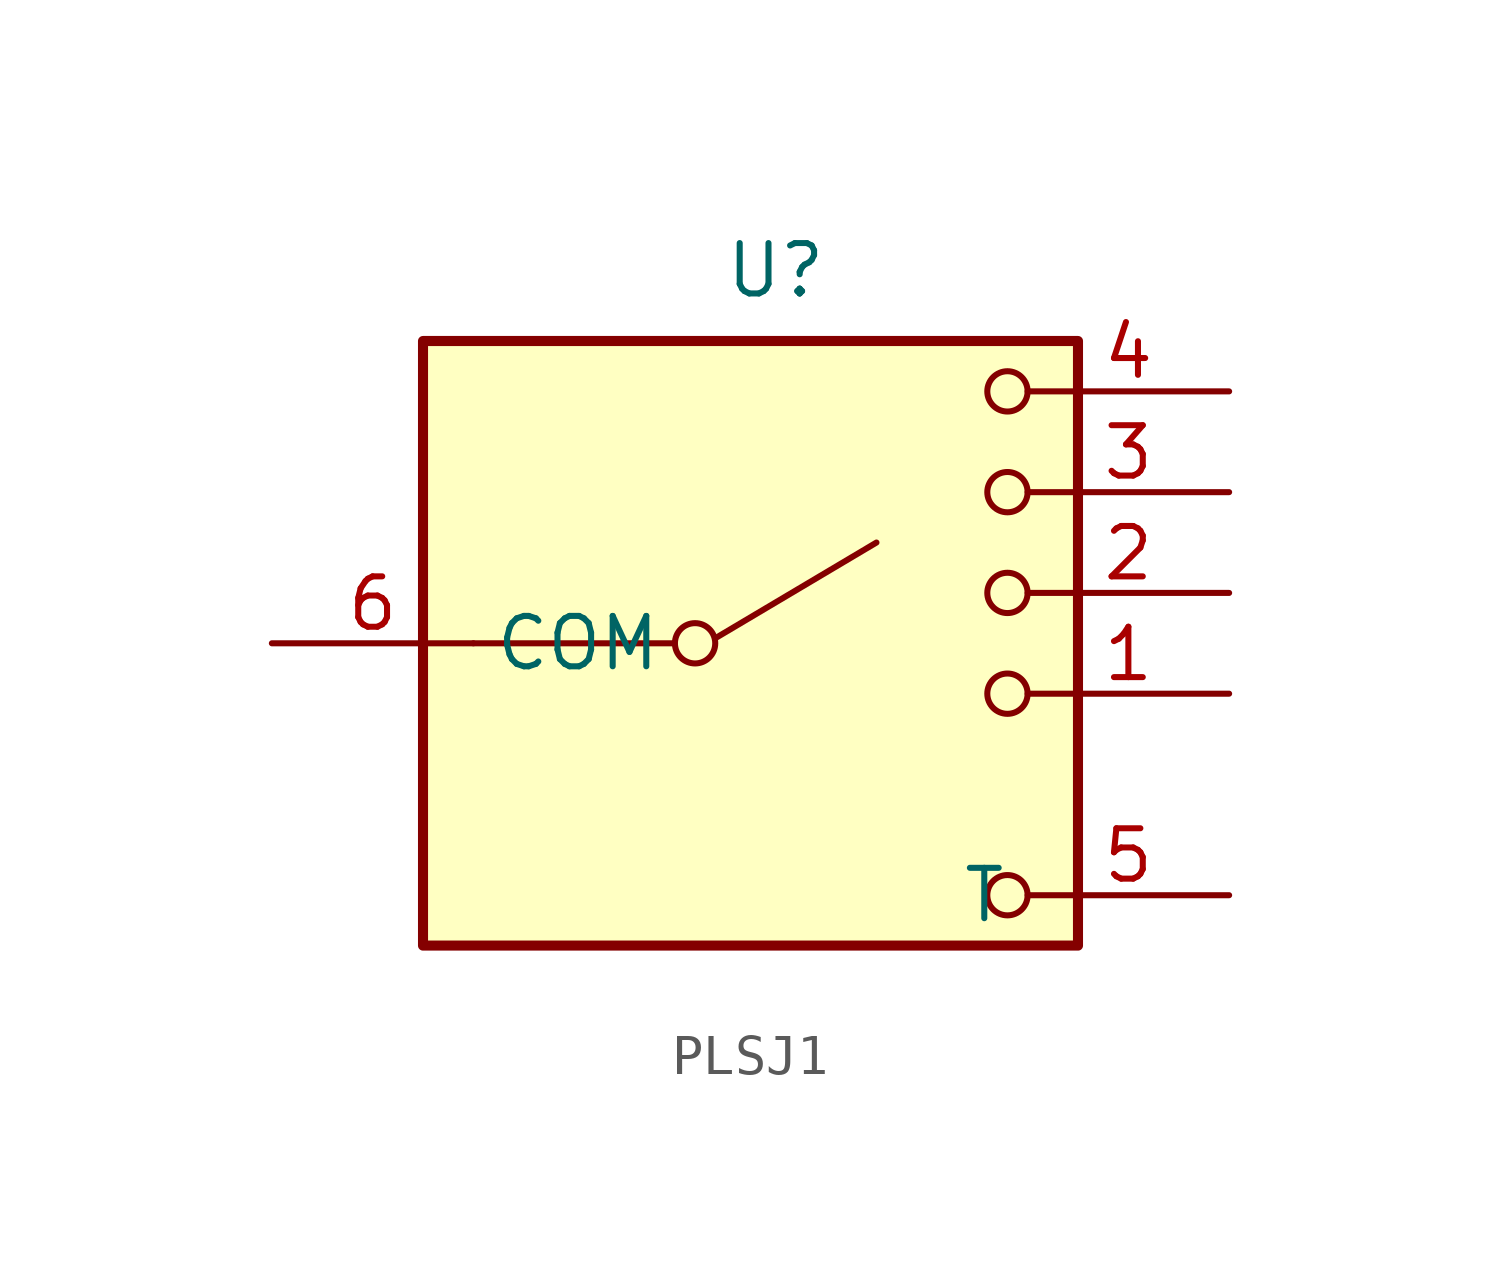
<source format=kicad_sym>
(kicad_symbol_lib
  (version 20231120)
  (generator "kicad_symbol_editor")
  (generator_version "8.0")
  (symbol "PLSJ1"
    (property "Reference" "U"
      (at 0 9.398 0)
      (effects (font (size 1.27 1.27))))
    (property "Value" ""
      (at 0 8.89 0)
      (effects (font (size 1.27 1.27))))
    (symbol "PLSJ1_0_0"
      (circle (center -2.032 0) (radius 0.508) (stroke (width 0) (type default)) (fill (type none)))
      (polyline (pts (xy -1.524 0.127) (xy 2.54 2.54)) (stroke (width 0) (type default)) (fill (type none)))
      (circle (center 5.842 -6.35) (radius 0.508) (stroke (width 0) (type default)) (fill (type none)))
      (circle (center 5.842 -1.27) (radius 0.508) (stroke (width 0) (type default)) (fill (type none)))
      (circle (center 5.842 1.27) (radius 0.508) (stroke (width 0) (type default)) (fill (type none)))
      (circle (center 5.842 3.81) (radius 0.508) (stroke (width 0) (type default)) (fill (type none)))
      (circle (center 5.842 6.35) (radius 0.508) (stroke (width 0) (type default)) (fill (type none))))
    (symbol "PLSJ1_0_1"
      (rectangle (start -8.89 7.62) (end 7.62 -7.62) (stroke (width 0.254) (type default)) (fill (type background)))
      (polyline (pts (xy -2.54 0) (xy -7.62 0)) (stroke (width 0) (type default)) (fill (type none))))
    (symbol "PLSJ1_1_1"
      (pin passive line (at 11.43 -1.27 180) (length 5.08) (name "~" (effects (font (size 1.27 1.27)))) (number "1" (effects (font (size 1.27 1.27)))))
      (pin passive line (at 11.43 1.27 180) (length 5.08) (name "~" (effects (font (size 1.27 1.27)))) (number "2" (effects (font (size 1.27 1.27)))))
      (pin passive line (at 11.43 3.81 180) (length 5.08) (name "~" (effects (font (size 1.27 1.27)))) (number "3" (effects (font (size 1.27 1.27)))))
      (pin passive line (at 11.43 6.35 180) (length 5.08) (name "~" (effects (font (size 1.27 1.27)))) (number "4" (effects (font (size 1.27 1.27)))))
      (pin passive line (at 11.43 -6.35 180) (length 5.08) (name "T" (effects (font (size 1.27 1.27)))) (number "5" (effects (font (size 1.27 1.27)))))
      (pin passive line (at -12.7 0 0) (length 5.08) (name "COM" (effects (font (size 1.27 1.27)))) (number "6" (effects (font (size 1.27 1.27))))))))
</source>
